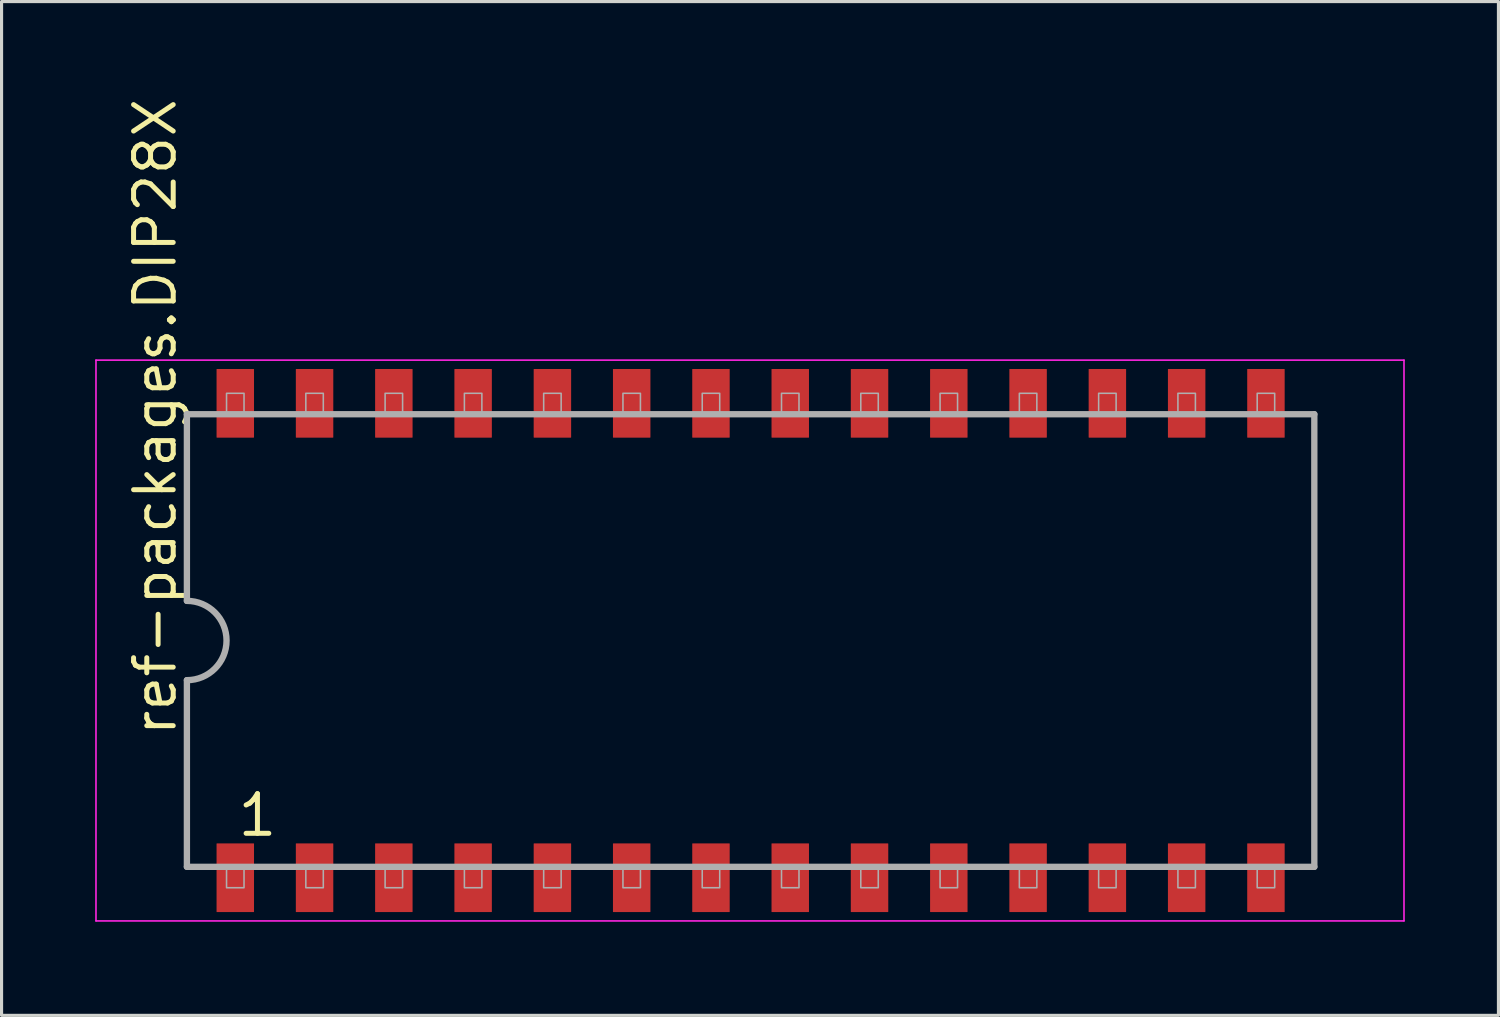
<source format=kicad_pcb>
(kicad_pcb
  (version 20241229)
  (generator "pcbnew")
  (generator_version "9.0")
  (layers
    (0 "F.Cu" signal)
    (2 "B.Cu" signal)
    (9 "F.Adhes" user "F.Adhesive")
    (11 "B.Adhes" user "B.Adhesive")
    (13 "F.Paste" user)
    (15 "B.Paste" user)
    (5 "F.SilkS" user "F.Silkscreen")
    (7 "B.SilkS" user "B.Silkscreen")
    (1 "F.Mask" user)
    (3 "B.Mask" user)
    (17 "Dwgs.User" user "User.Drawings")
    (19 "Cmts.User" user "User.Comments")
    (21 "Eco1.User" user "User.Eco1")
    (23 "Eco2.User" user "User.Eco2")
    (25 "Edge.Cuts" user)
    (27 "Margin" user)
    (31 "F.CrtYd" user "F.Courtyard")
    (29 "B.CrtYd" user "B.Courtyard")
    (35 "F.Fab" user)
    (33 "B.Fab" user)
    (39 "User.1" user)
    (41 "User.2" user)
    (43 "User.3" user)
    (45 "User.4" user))
  (footprint "ref-packages.DIP28X"
    (layer "F.Cu")
    (at 20.998 17.471)
    (property "Reference" "ref-packages.DIP28X" (at -18.335 3.135 90) (layer "F.SilkS") (effects (font (size 1.27 1.27) (thickness 0.16)) (justify left bottom)))
    (attr smd)
    (fp_line (start -20.973 -8.983) (end 20.933 -8.983) (stroke (width 0.051) (type default)) (layer "F.CrtYd"))
    (fp_line (start -20.973 8.983) (end -20.973 -8.983) (stroke (width 0.051) (type default)) (layer "F.CrtYd"))
    (fp_line (start 20.933 -8.983) (end 20.933 8.983) (stroke (width 0.051) (type default)) (layer "F.CrtYd"))
    (fp_line (start 20.933 8.983) (end -20.973 8.983) (stroke (width 0.051) (type default)) (layer "F.CrtYd"))
    (fp_line (start -18.06 -7.25) (end -18.06 -1.27) (stroke (width 0.203) (type default)) (layer "F.Fab"))
    (fp_line (start -18.06 1.27) (end -18.06 7.25) (stroke (width 0.203) (type default)) (layer "F.Fab"))
    (fp_line (start -18.06 7.25) (end 18.06 7.25) (stroke (width 0.203) (type default)) (layer "F.Fab"))
    (fp_line (start 18.06 -7.25) (end -18.06 -7.25) (stroke (width 0.203) (type default)) (layer "F.Fab"))
    (fp_line (start 18.06 7.25) (end 18.06 -7.25) (stroke (width 0.203) (type default)) (layer "F.Fab"))
    (fp_rect (start -16.79 -7.25) (end -16.23 -7.92) (stroke (width 0.05) (type default)) (fill no) (layer "F.Fab"))
    (fp_rect (start -16.79 7.92) (end -16.23 7.25) (stroke (width 0.05) (type default)) (fill no) (layer "F.Fab"))
    (fp_rect (start -14.25 -7.25) (end -13.69 -7.92) (stroke (width 0.05) (type default)) (fill no) (layer "F.Fab"))
    (fp_rect (start -14.25 7.92) (end -13.69 7.25) (stroke (width 0.05) (type default)) (fill no) (layer "F.Fab"))
    (fp_rect (start -11.71 -7.25) (end -11.15 -7.92) (stroke (width 0.05) (type default)) (fill no) (layer "F.Fab"))
    (fp_rect (start -11.71 7.92) (end -11.15 7.25) (stroke (width 0.05) (type default)) (fill no) (layer "F.Fab"))
    (fp_rect (start -9.17 -7.25) (end -8.61 -7.92) (stroke (width 0.05) (type default)) (fill no) (layer "F.Fab"))
    (fp_rect (start -9.17 7.92) (end -8.61 7.25) (stroke (width 0.05) (type default)) (fill no) (layer "F.Fab"))
    (fp_rect (start -6.63 -7.25) (end -6.07 -7.92) (stroke (width 0.05) (type default)) (fill no) (layer "F.Fab"))
    (fp_rect (start -6.63 7.92) (end -6.07 7.25) (stroke (width 0.05) (type default)) (fill no) (layer "F.Fab"))
    (fp_rect (start -4.09 -7.25) (end -3.53 -7.92) (stroke (width 0.05) (type default)) (fill no) (layer "F.Fab"))
    (fp_rect (start -4.09 7.92) (end -3.53 7.25) (stroke (width 0.05) (type default)) (fill no) (layer "F.Fab"))
    (fp_rect (start -1.55 -7.25) (end -0.99 -7.92) (stroke (width 0.05) (type default)) (fill no) (layer "F.Fab"))
    (fp_rect (start -1.55 7.92) (end -0.99 7.25) (stroke (width 0.05) (type default)) (fill no) (layer "F.Fab"))
    (fp_rect (start 0.99 -7.25) (end 1.55 -7.92) (stroke (width 0.05) (type default)) (fill no) (layer "F.Fab"))
    (fp_rect (start 0.99 7.92) (end 1.55 7.25) (stroke (width 0.05) (type default)) (fill no) (layer "F.Fab"))
    (fp_rect (start 3.53 -7.25) (end 4.09 -7.92) (stroke (width 0.05) (type default)) (fill no) (layer "F.Fab"))
    (fp_rect (start 3.53 7.92) (end 4.09 7.25) (stroke (width 0.05) (type default)) (fill no) (layer "F.Fab"))
    (fp_rect (start 6.07 -7.25) (end 6.63 -7.92) (stroke (width 0.05) (type default)) (fill no) (layer "F.Fab"))
    (fp_rect (start 6.07 7.92) (end 6.63 7.25) (stroke (width 0.05) (type default)) (fill no) (layer "F.Fab"))
    (fp_rect (start 8.61 -7.25) (end 9.17 -7.92) (stroke (width 0.05) (type default)) (fill no) (layer "F.Fab"))
    (fp_rect (start 8.61 7.92) (end 9.17 7.25) (stroke (width 0.05) (type default)) (fill no) (layer "F.Fab"))
    (fp_rect (start 11.15 -7.25) (end 11.71 -7.92) (stroke (width 0.05) (type default)) (fill no) (layer "F.Fab"))
    (fp_rect (start 11.15 7.92) (end 11.71 7.25) (stroke (width 0.05) (type default)) (fill no) (layer "F.Fab"))
    (fp_rect (start 13.69 -7.25) (end 14.25 -7.92) (stroke (width 0.05) (type default)) (fill no) (layer "F.Fab"))
    (fp_rect (start 13.69 7.92) (end 14.25 7.25) (stroke (width 0.05) (type default)) (fill no) (layer "F.Fab"))
    (fp_rect (start 16.23 -7.25) (end 16.79 -7.92) (stroke (width 0.05) (type default)) (fill no) (layer "F.Fab"))
    (fp_rect (start 16.23 7.92) (end 16.79 7.25) (stroke (width 0.05) (type default)) (fill no) (layer "F.Fab"))
    (fp_arc (start -18.06 -1.27) (mid -16.79 0) (end -18.06 1.27) (stroke (width 0.2032) (type default)) (layer "F.Fab"))
    (fp_text user "1" (at -16.51 6.34 0) (layer "F.SilkS") (effects (font (size 1.27 1.27) (thickness 0.16)) (justify left bottom)))
    (pad "1" smd roundrect (at -16.51 7.6) (size 1.2 2.2) (layers "F.Cu" "F.Mask" "F.Paste") (roundrect_rratio 0.01))
    (pad "2" smd roundrect (at -13.97 7.6) (size 1.2 2.2) (layers "F.Cu" "F.Mask" "F.Paste") (roundrect_rratio 0.01))
    (pad "3" smd roundrect (at -11.43 7.6) (size 1.2 2.2) (layers "F.Cu" "F.Mask" "F.Paste") (roundrect_rratio 0.01))
    (pad "4" smd roundrect (at -8.89 7.6) (size 1.2 2.2) (layers "F.Cu" "F.Mask" "F.Paste") (roundrect_rratio 0.01))
    (pad "5" smd roundrect (at -6.35 7.6) (size 1.2 2.2) (layers "F.Cu" "F.Mask" "F.Paste") (roundrect_rratio 0.01))
    (pad "6" smd roundrect (at -3.81 7.6) (size 1.2 2.2) (layers "F.Cu" "F.Mask" "F.Paste") (roundrect_rratio 0.01))
    (pad "7" smd roundrect (at -1.27 7.6) (size 1.2 2.2) (layers "F.Cu" "F.Mask" "F.Paste") (roundrect_rratio 0.01))
    (pad "8" smd roundrect (at 1.27 7.6) (size 1.2 2.2) (layers "F.Cu" "F.Mask" "F.Paste") (roundrect_rratio 0.01))
    (pad "9" smd roundrect (at 3.81 7.6) (size 1.2 2.2) (layers "F.Cu" "F.Mask" "F.Paste") (roundrect_rratio 0.01))
    (pad "10" smd roundrect (at 6.35 7.6) (size 1.2 2.2) (layers "F.Cu" "F.Mask" "F.Paste") (roundrect_rratio 0.01))
    (pad "11" smd roundrect (at 8.89 7.6) (size 1.2 2.2) (layers "F.Cu" "F.Mask" "F.Paste") (roundrect_rratio 0.01))
    (pad "12" smd roundrect (at 11.43 7.6) (size 1.2 2.2) (layers "F.Cu" "F.Mask" "F.Paste") (roundrect_rratio 0.01))
    (pad "13" smd roundrect (at 13.97 7.6) (size 1.2 2.2) (layers "F.Cu" "F.Mask" "F.Paste") (roundrect_rratio 0.01))
    (pad "14" smd roundrect (at 16.51 7.6) (size 1.2 2.2) (layers "F.Cu" "F.Mask" "F.Paste") (roundrect_rratio 0.01))
    (pad "15" smd roundrect (at 16.51 -7.6) (size 1.2 2.2) (layers "F.Cu" "F.Mask" "F.Paste") (roundrect_rratio 0.01))
    (pad "16" smd roundrect (at 13.97 -7.6) (size 1.2 2.2) (layers "F.Cu" "F.Mask" "F.Paste") (roundrect_rratio 0.01))
    (pad "17" smd roundrect (at 11.43 -7.6) (size 1.2 2.2) (layers "F.Cu" "F.Mask" "F.Paste") (roundrect_rratio 0.01))
    (pad "18" smd roundrect (at 8.89 -7.6) (size 1.2 2.2) (layers "F.Cu" "F.Mask" "F.Paste") (roundrect_rratio 0.01))
    (pad "19" smd roundrect (at 6.35 -7.6) (size 1.2 2.2) (layers "F.Cu" "F.Mask" "F.Paste") (roundrect_rratio 0.01))
    (pad "20" smd roundrect (at 3.81 -7.6) (size 1.2 2.2) (layers "F.Cu" "F.Mask" "F.Paste") (roundrect_rratio 0.01))
    (pad "21" smd roundrect (at 1.27 -7.6) (size 1.2 2.2) (layers "F.Cu" "F.Mask" "F.Paste") (roundrect_rratio 0.01))
    (pad "22" smd roundrect (at -1.27 -7.6) (size 1.2 2.2) (layers "F.Cu" "F.Mask" "F.Paste") (roundrect_rratio 0.01))
    (pad "23" smd roundrect (at -3.81 -7.6) (size 1.2 2.2) (layers "F.Cu" "F.Mask" "F.Paste") (roundrect_rratio 0.01))
    (pad "24" smd roundrect (at -6.35 -7.6) (size 1.2 2.2) (layers "F.Cu" "F.Mask" "F.Paste") (roundrect_rratio 0.01))
    (pad "25" smd roundrect (at -8.89 -7.6) (size 1.2 2.2) (layers "F.Cu" "F.Mask" "F.Paste") (roundrect_rratio 0.01))
    (pad "26" smd roundrect (at -11.43 -7.6) (size 1.2 2.2) (layers "F.Cu" "F.Mask" "F.Paste") (roundrect_rratio 0.01))
    (pad "27" smd roundrect (at -13.97 -7.6) (size 1.2 2.2) (layers "F.Cu" "F.Mask" "F.Paste") (roundrect_rratio 0.01))
    (pad "28" smd roundrect (at -16.51 -7.6) (size 1.2 2.2) (layers "F.Cu" "F.Mask" "F.Paste") (roundrect_rratio 0.01)))
  (gr_rect
    (start -3 -3)
    (end 44.957 29.48)
    (stroke (width 0.1) (type default))
    (fill no)
    (layer "Edge.Cuts")))
</source>
